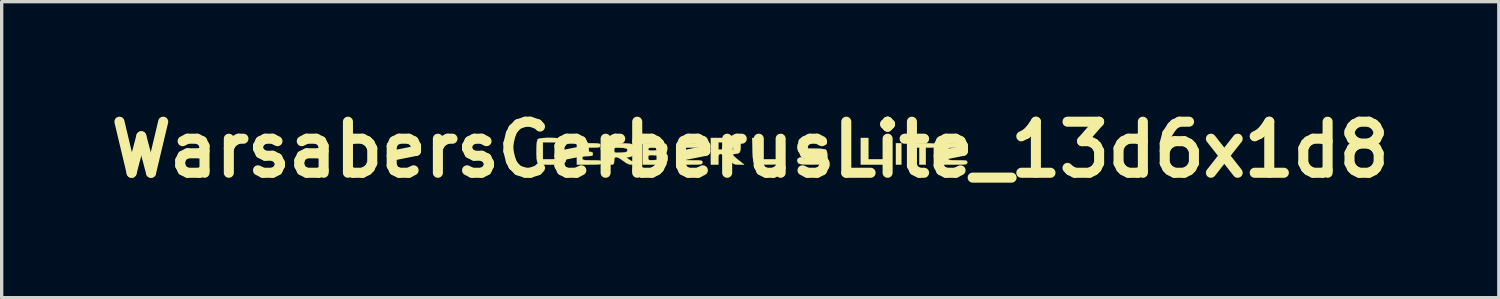
<source format=kicad_pcb>
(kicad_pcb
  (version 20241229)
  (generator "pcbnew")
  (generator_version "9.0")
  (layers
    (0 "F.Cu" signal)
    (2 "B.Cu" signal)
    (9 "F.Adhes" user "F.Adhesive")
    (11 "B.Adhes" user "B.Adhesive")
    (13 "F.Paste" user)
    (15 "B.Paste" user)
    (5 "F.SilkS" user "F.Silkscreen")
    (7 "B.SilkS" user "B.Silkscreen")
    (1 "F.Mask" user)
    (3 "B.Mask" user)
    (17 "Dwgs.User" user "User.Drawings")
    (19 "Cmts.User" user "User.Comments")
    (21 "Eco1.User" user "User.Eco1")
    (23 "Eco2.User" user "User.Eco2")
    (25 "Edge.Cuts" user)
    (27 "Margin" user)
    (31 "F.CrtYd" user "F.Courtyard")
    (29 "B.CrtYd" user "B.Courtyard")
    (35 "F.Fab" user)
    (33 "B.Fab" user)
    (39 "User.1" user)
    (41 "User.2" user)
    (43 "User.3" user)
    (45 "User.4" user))
  (footprint "WarsabersCerberusLite_13d6x1d8"
    (layer "F.Cu")
    (at 19.348 1.418)
    (property "Reference" "WarsabersCerberusLite_13d6x1d8" (at 0 0 0) (layer "F.SilkS") (effects (font (size 1.524 1.524) (thickness 0.3))))
    (attr through_hole)
    (fp_poly (pts (xy 4.508 0.445) (xy 4.35 0.445) (xy 4.35 -0.191) (xy 4.508 -0.191) (xy 4.508 0.445)) (stroke (width 0.01) (type solid)) (fill yes) (layer "F.SilkS"))
    (fp_poly (pts (xy 3.524 0.286) (xy 3.826 0.286) (xy 3.966 0.286) (xy 4.054 0.29) (xy 4.102 0.3) (xy 4.123 0.32) (xy 4.127 0.352) (xy 4.128 0.365) (xy 4.128 0.445) (xy 3.302 0.445) (xy 3.302 -0.349) (xy 3.524 -0.349) (xy 3.524 0.286)) (stroke (width 0.01) (type solid)) (fill yes) (layer "F.SilkS"))
    (fp_poly (pts (xy 0.286 0.286) (xy 0.794 0.286) (xy 0.794 -0.349) (xy 0.984 -0.349) (xy 0.984 0.01) (xy 0.981 0.2) (xy 0.97 0.33) (xy 0.951 0.399) (xy 0.946 0.406) (xy 0.899 0.422) (xy 0.805 0.434) (xy 0.679 0.441) (xy 0.537 0.444) (xy 0.395 0.443) (xy 0.268 0.437) (xy 0.172 0.427) (xy 0.127 0.413) (xy 0.105 0.384) (xy 0.089 0.323) (xy 0.078 0.221) (xy 0.07 0.067) (xy 0.069 0.017) (xy 0.058 -0.349) (xy 0.286 -0.349) (xy 0.286 0.286)) (stroke (width 0.01) (type solid)) (fill yes) (layer "F.SilkS"))
    (fp_poly (pts (xy 5.292 -0.19) (xy 5.404 -0.187) (xy 5.473 -0.18) (xy 5.509 -0.168) (xy 5.522 -0.149) (xy 5.524 -0.127) (xy 5.515 -0.087) (xy 5.476 -0.069) (xy 5.392 -0.064) (xy 5.382 -0.064) (xy 5.239 -0.064) (xy 5.239 0.445) (xy 5.048 0.445) (xy 5.048 -0.064) (xy 4.889 -0.064) (xy 4.794 -0.067) (xy 4.747 -0.081) (xy 4.731 -0.112) (xy 4.731 -0.127) (xy 4.734 -0.153) (xy 4.752 -0.171) (xy 4.794 -0.182) (xy 4.871 -0.188) (xy 4.993 -0.19) (xy 5.128 -0.191) (xy 5.292 -0.19)) (stroke (width 0.01) (type solid)) (fill yes) (layer "F.SilkS"))
    (fp_poly (pts (xy -0.565 -0.346) (xy -0.423 -0.337) (xy -0.342 -0.321) (xy -0.324 -0.311) (xy -0.3 -0.254) (xy -0.288 -0.16) (xy -0.289 -0.054) (xy -0.301 0.038) (xy -0.324 0.089) (xy -0.382 0.117) (xy -0.453 0.127) (xy -0.507 0.132) (xy -0.522 0.152) (xy -0.494 0.192) (xy -0.419 0.258) (xy -0.344 0.319) (xy -0.185 0.445) (xy -0.34 0.445) (xy -0.426 0.441) (xy -0.49 0.423) (xy -0.553 0.38) (xy -0.634 0.302) (xy -0.651 0.286) (xy -0.756 0.191) (xy -0.841 0.137) (xy -0.88 0.127) (xy -0.923 0.133) (xy -0.945 0.163) (xy -0.952 0.231) (xy -0.953 0.286) (xy -0.953 0.445) (xy -1.175 0.445) (xy -1.175 -0.222) (xy -0.953 -0.222) (xy -0.953 0) (xy -0.508 0) (xy -0.508 -0.222) (xy -0.953 -0.222) (xy -1.175 -0.222) (xy -1.175 -0.349) (xy -0.768 -0.349) (xy -0.565 -0.346)) (stroke (width 0.01) (type solid)) (fill yes) (layer "F.SilkS"))
    (fp_poly (pts (xy -4.673 -0.19) (xy -4.573 -0.186) (xy -4.514 -0.178) (xy -4.486 -0.163) (xy -4.477 -0.139) (xy -4.477 -0.127) (xy -4.482 -0.096) (xy -4.505 -0.077) (xy -4.559 -0.068) (xy -4.656 -0.064) (xy -4.747 -0.064) (xy -4.878 -0.062) (xy -4.958 -0.057) (xy -5 -0.044) (xy -5.015 -0.021) (xy -5.016 0) (xy -5.008 0.038) (xy -4.973 0.057) (xy -4.894 0.063) (xy -4.858 0.064) (xy -4.763 0.067) (xy -4.715 0.081) (xy -4.7 0.112) (xy -4.699 0.127) (xy -4.707 0.165) (xy -4.743 0.184) (xy -4.821 0.19) (xy -4.858 0.191) (xy -4.953 0.194) (xy -5 0.208) (xy -5.016 0.239) (xy -5.016 0.254) (xy -5.012 0.284) (xy -4.989 0.303) (xy -4.937 0.313) (xy -4.843 0.317) (xy -4.731 0.318) (xy -4.595 0.319) (xy -4.511 0.324) (xy -4.466 0.335) (xy -4.448 0.356) (xy -4.445 0.381) (xy -4.449 0.408) (xy -4.468 0.426) (xy -4.512 0.437) (xy -4.593 0.443) (xy -4.721 0.444) (xy -4.81 0.445) (xy -5.175 0.445) (xy -5.175 -0.191) (xy -4.826 -0.191) (xy -4.673 -0.19)) (stroke (width 0.01) (type solid)) (fill yes) (layer "F.SilkS"))
    (fp_poly (pts (xy -1.657 -0.19) (xy -1.557 -0.186) (xy -1.498 -0.178) (xy -1.47 -0.163) (xy -1.461 -0.139) (xy -1.46 -0.127) (xy -1.466 -0.096) (xy -1.489 -0.077) (xy -1.543 -0.068) (xy -1.64 -0.064) (xy -1.73 -0.064) (xy -1.862 -0.062) (xy -1.942 -0.057) (xy -1.983 -0.044) (xy -1.999 -0.021) (xy -2 0) (xy -1.992 0.038) (xy -1.956 0.057) (xy -1.878 0.063) (xy -1.841 0.064) (xy -1.746 0.067) (xy -1.699 0.081) (xy -1.683 0.112) (xy -1.683 0.127) (xy -1.691 0.165) (xy -1.727 0.184) (xy -1.805 0.19) (xy -1.841 0.191) (xy -1.937 0.194) (xy -1.984 0.208) (xy -2 0.239) (xy -2 0.254) (xy -1.995 0.284) (xy -1.973 0.303) (xy -1.921 0.313) (xy -1.827 0.317) (xy -1.714 0.318) (xy -1.579 0.319) (xy -1.494 0.324) (xy -1.449 0.335) (xy -1.432 0.356) (xy -1.429 0.381) (xy -1.433 0.408) (xy -1.451 0.426) (xy -1.496 0.437) (xy -1.577 0.443) (xy -1.705 0.444) (xy -1.794 0.445) (xy -2.159 0.445) (xy -2.159 -0.191) (xy -1.81 -0.191) (xy -1.657 -0.19)) (stroke (width 0.01) (type solid)) (fill yes) (layer "F.SilkS"))
    (fp_poly (pts (xy 6.249 -0.19) (xy 6.349 -0.186) (xy 6.408 -0.178) (xy 6.436 -0.163) (xy 6.445 -0.139) (xy 6.445 -0.127) (xy 6.44 -0.096) (xy 6.417 -0.077) (xy 6.363 -0.068) (xy 6.266 -0.064) (xy 6.175 -0.064) (xy 6.044 -0.062) (xy 5.964 -0.057) (xy 5.923 -0.044) (xy 5.907 -0.021) (xy 5.905 0) (xy 5.914 0.038) (xy 5.949 0.057) (xy 6.028 0.063) (xy 6.064 0.064) (xy 6.159 0.067) (xy 6.207 0.081) (xy 6.222 0.112) (xy 6.223 0.127) (xy 6.215 0.165) (xy 6.179 0.184) (xy 6.101 0.19) (xy 6.064 0.191) (xy 5.969 0.194) (xy 5.922 0.208) (xy 5.906 0.239) (xy 5.905 0.254) (xy 5.91 0.284) (xy 5.933 0.303) (xy 5.985 0.313) (xy 6.079 0.317) (xy 6.191 0.318) (xy 6.327 0.319) (xy 6.411 0.324) (xy 6.456 0.335) (xy 6.474 0.356) (xy 6.477 0.381) (xy 6.473 0.408) (xy 6.454 0.426) (xy 6.41 0.437) (xy 6.329 0.443) (xy 6.201 0.444) (xy 6.112 0.445) (xy 5.747 0.445) (xy 5.747 -0.191) (xy 6.096 -0.191) (xy 6.249 -0.19)) (stroke (width 0.01) (type solid)) (fill yes) (layer "F.SilkS"))
    (fp_poly (pts (xy -5.918 -0.352) (xy -5.778 -0.345) (xy -5.657 -0.333) (xy -5.571 -0.314) (xy -5.543 -0.299) (xy -5.498 -0.225) (xy -5.498 -0.149) (xy -5.539 -0.094) (xy -5.564 -0.084) (xy -5.655 -0.066) (xy -5.701 -0.08) (xy -5.715 -0.131) (xy -5.715 -0.143) (xy -5.718 -0.183) (xy -5.736 -0.207) (xy -5.782 -0.218) (xy -5.869 -0.222) (xy -5.953 -0.222) (xy -6.191 -0.222) (xy -6.191 0.286) (xy -5.953 0.286) (xy -5.832 0.285) (xy -5.761 0.279) (xy -5.727 0.263) (xy -5.716 0.234) (xy -5.715 0.206) (xy -5.705 0.149) (xy -5.665 0.13) (xy -5.582 0.142) (xy -5.564 0.147) (xy -5.511 0.189) (xy -5.491 0.263) (xy -5.509 0.345) (xy -5.543 0.395) (xy -5.596 0.417) (xy -5.696 0.433) (xy -5.826 0.443) (xy -5.969 0.448) (xy -6.11 0.445) (xy -6.231 0.436) (xy -6.316 0.42) (xy -6.344 0.406) (xy -6.362 0.356) (xy -6.375 0.26) (xy -6.381 0.136) (xy -6.382 -0.000239) (xy -6.377 -0.13) (xy -6.367 -0.236) (xy -6.35 -0.302) (xy -6.344 -0.311) (xy -6.291 -0.332) (xy -6.191 -0.345) (xy -6.062 -0.352) (xy -5.918 -0.352)) (stroke (width 0.01) (type solid)) (fill yes) (layer "F.SilkS"))
    (fp_poly (pts (xy -3.897 -0.19) (xy -3.756 -0.187) (xy -3.635 -0.179) (xy -3.551 -0.168) (xy -3.524 -0.159) (xy -3.489 -0.102) (xy -3.477 0.01) (xy -3.477 0.016) (xy -3.489 0.13) (xy -3.532 0.194) (xy -3.614 0.221) (xy -3.651 0.223) (xy -3.687 0.228) (xy -3.683 0.246) (xy -3.634 0.284) (xy -3.557 0.334) (xy -3.384 0.445) (xy -3.52 0.445) (xy -3.62 0.434) (xy -3.708 0.395) (xy -3.792 0.333) (xy -3.88 0.271) (xy -3.96 0.231) (xy -3.996 0.222) (xy -4.042 0.233) (xy -4.061 0.277) (xy -4.064 0.333) (xy -4.07 0.409) (xy -4.097 0.439) (xy -4.143 0.445) (xy -4.223 0.445) (xy -4.223 0.016) (xy -4.064 0.016) (xy -4.061 0.061) (xy -4.042 0.084) (xy -3.993 0.093) (xy -3.899 0.09) (xy -3.866 0.089) (xy -3.756 0.081) (xy -3.696 0.068) (xy -3.671 0.044) (xy -3.667 0.016) (xy -3.675 -0.02) (xy -3.707 -0.04) (xy -3.777 -0.052) (xy -3.866 -0.057) (xy -3.974 -0.061) (xy -4.033 -0.056) (xy -4.058 -0.037) (xy -4.064 0.002) (xy -4.064 0.016) (xy -4.223 0.016) (xy -4.223 -0.191) (xy -3.897 -0.19)) (stroke (width 0.01) (type solid)) (fill yes) (layer "F.SilkS"))
    (fp_poly (pts (xy -2.752 -0.189) (xy -2.633 -0.184) (xy -2.551 -0.176) (xy -2.527 -0.171) (xy -2.491 -0.128) (xy -2.477 -0.052) (xy -2.485 0.03) (xy -2.515 0.089) (xy -2.534 0.122) (xy -2.518 0.127) (xy -2.48 0.154) (xy -2.461 0.219) (xy -2.465 0.299) (xy -2.492 0.368) (xy -2.518 0.403) (xy -2.551 0.425) (xy -2.604 0.437) (xy -2.691 0.443) (xy -2.824 0.444) (xy -2.874 0.445) (xy -3.207 0.445) (xy -3.207 0.238) (xy -3.048 0.238) (xy -3.045 0.283) (xy -3.026 0.307) (xy -2.977 0.315) (xy -2.883 0.313) (xy -2.85 0.311) (xy -2.74 0.303) (xy -2.68 0.29) (xy -2.655 0.267) (xy -2.651 0.238) (xy -2.659 0.203) (xy -2.691 0.182) (xy -2.761 0.171) (xy -2.85 0.165) (xy -2.958 0.161) (xy -3.017 0.166) (xy -3.042 0.186) (xy -3.048 0.224) (xy -3.048 0.238) (xy -3.207 0.238) (xy -3.207 -0.016) (xy -3.048 -0.016) (xy -3.038 0.012) (xy -2.997 0.026) (xy -2.914 0.028) (xy -2.85 0.025) (xy -2.747 0.016) (xy -2.675 0.000321) (xy -2.651 -0.016) (xy -2.68 -0.034) (xy -2.755 -0.049) (xy -2.85 -0.057) (xy -2.96 -0.06) (xy -3.021 -0.052) (xy -3.045 -0.032) (xy -3.048 -0.016) (xy -3.207 -0.016) (xy -3.207 -0.191) (xy -2.892 -0.191) (xy -2.752 -0.189)) (stroke (width 0.01) (type solid)) (fill yes) (layer "F.SilkS"))
    (fp_poly (pts (xy 2.017 -0.347) (xy 2.136 -0.338) (xy 2.22 -0.324) (xy 2.248 -0.311) (xy 2.276 -0.26) (xy 2.286 -0.201) (xy 2.273 -0.162) (xy 2.262 -0.158) (xy 2.215 -0.15) (xy 2.167 -0.139) (xy 2.111 -0.136) (xy 2.095 -0.171) (xy 2.085 -0.198) (xy 2.047 -0.213) (xy 1.968 -0.221) (xy 1.857 -0.222) (xy 1.619 -0.222) (xy 1.619 -0.032) (xy 1.913 -0.031) (xy 2.048 -0.028) (xy 2.161 -0.019) (xy 2.237 -0.007) (xy 2.254 -0.001) (xy 2.286 0.049) (xy 2.301 0.15) (xy 2.302 0.206) (xy 2.294 0.33) (xy 2.269 0.399) (xy 2.254 0.413) (xy 2.205 0.425) (xy 2.107 0.435) (xy 1.974 0.442) (xy 1.837 0.444) (xy 1.667 0.442) (xy 1.55 0.436) (xy 1.476 0.424) (xy 1.436 0.404) (xy 1.43 0.398) (xy 1.399 0.325) (xy 1.424 0.262) (xy 1.497 0.228) (xy 1.5 0.228) (xy 1.563 0.231) (xy 1.587 0.252) (xy 1.618 0.27) (xy 1.706 0.281) (xy 1.844 0.286) (xy 1.857 0.286) (xy 1.988 0.285) (xy 2.068 0.28) (xy 2.109 0.268) (xy 2.125 0.245) (xy 2.127 0.206) (xy 2.125 0.17) (xy 2.111 0.147) (xy 2.074 0.134) (xy 2.002 0.128) (xy 1.882 0.127) (xy 1.816 0.127) (xy 1.647 0.123) (xy 1.529 0.111) (xy 1.469 0.091) (xy 1.467 0.089) (xy 1.443 0.032) (xy 1.431 -0.062) (xy 1.432 -0.168) (xy 1.444 -0.26) (xy 1.467 -0.311) (xy 1.516 -0.329) (xy 1.612 -0.341) (xy 1.739 -0.349) (xy 1.879 -0.35) (xy 2.017 -0.347)) (stroke (width 0.01) (type solid)) (fill yes) (layer "F.SilkS")))
  (gr_rect
    (start -3 -3)
    (end 41.695 5.836)
    (stroke (width 0.1) (type default))
    (fill no)
    (layer "Edge.Cuts")))
</source>
